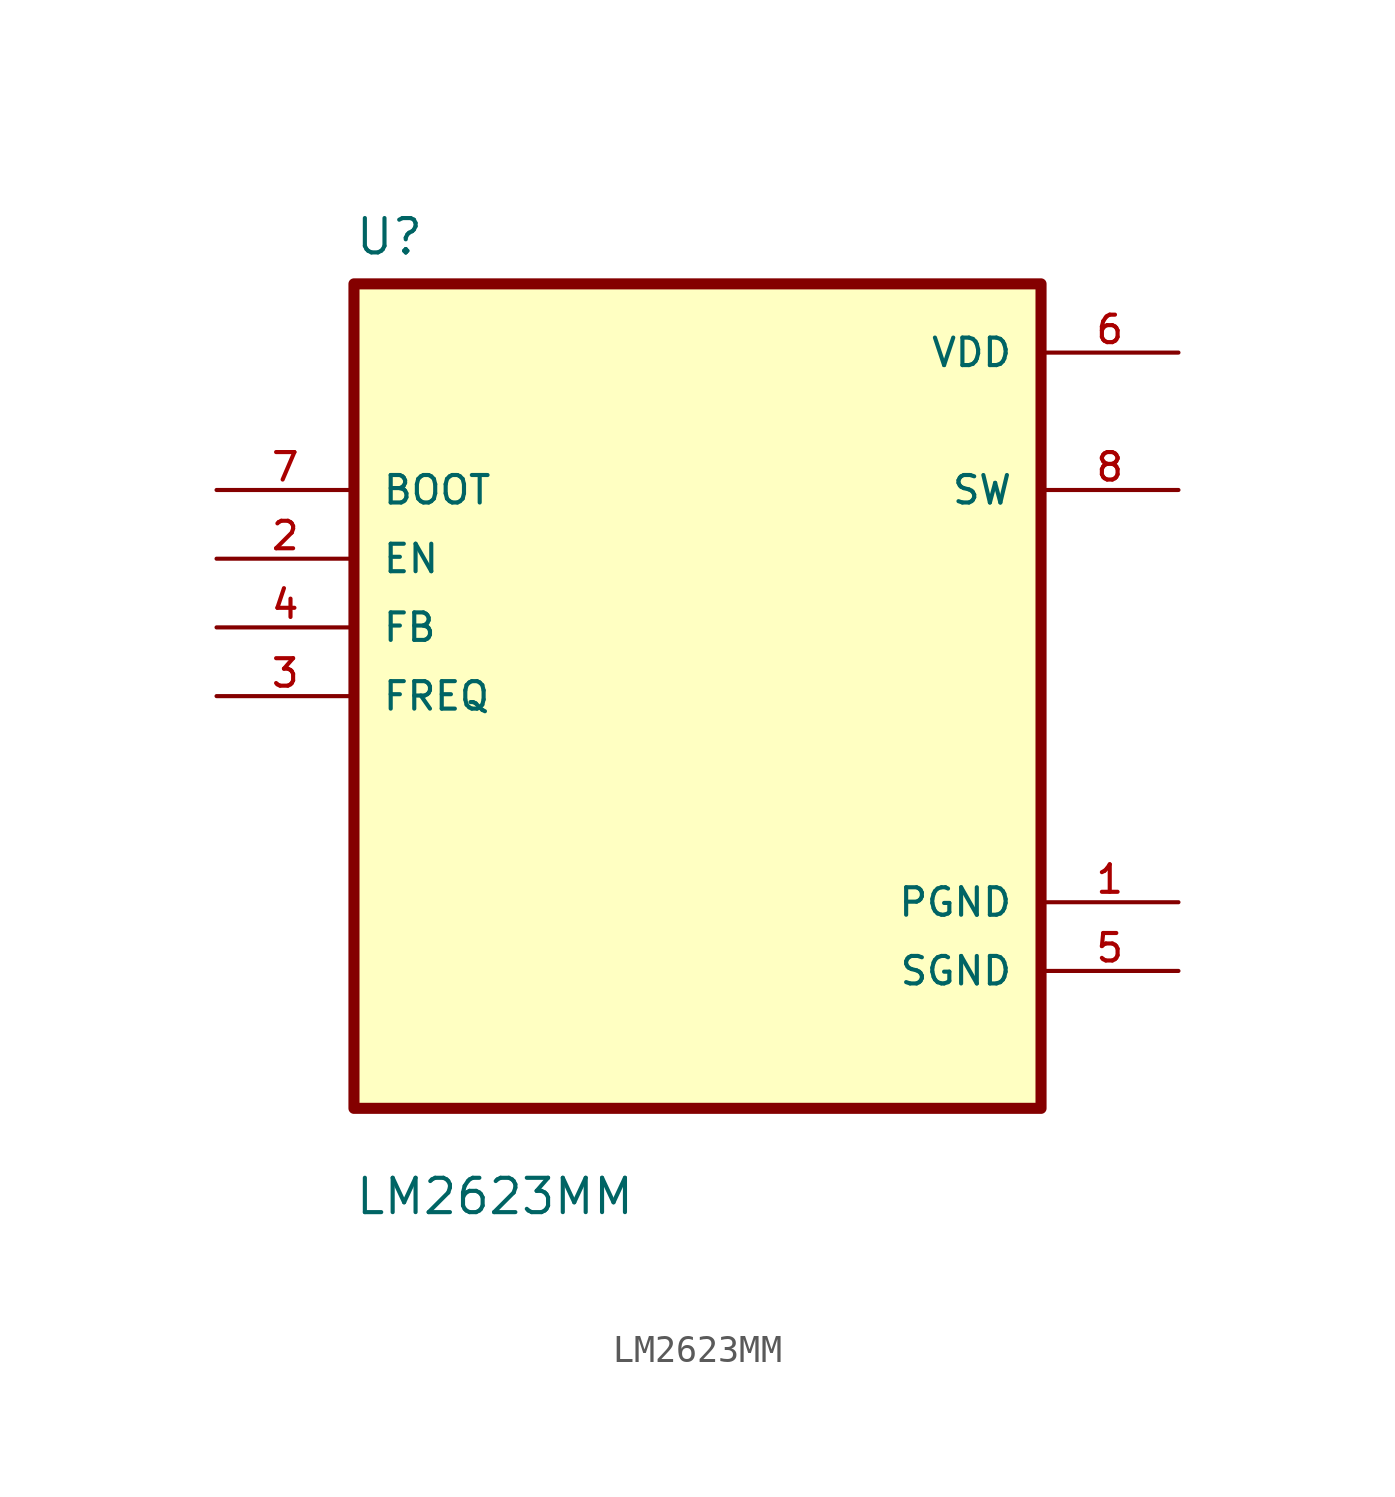
<source format=kicad_sym>
(kicad_symbol_lib
  (version 20211014)
  (generator kicad_symbol_editor)
  (symbol "LM2623MM"
    (pin_names
      (offset 1.016))
    (property "Reference" "U"
      (at -12.7 16.24 0.0)
      (effects (font (size 1.27 1.27)) (justify bottom left)))
    (property "Value" "LM2623MM"
      (at -12.7 -19.24 0.0)
      (effects (font (size 1.27 1.27)) (justify bottom left)))
    (symbol "LM2623MM_0_0"
      (rectangle (start -12.7 -15.24) (end 12.7 15.24) (stroke (width 0.41)) (fill (type background)))
      (pin input line (at -17.78 7.62 0) (length 5.08) (name "BOOT" (effects (font (size 1.016 1.016)))) (number "7" (effects (font (size 1.016 1.016)))))
      (pin input line (at -17.78 5.08 0) (length 5.08) (name "EN" (effects (font (size 1.016 1.016)))) (number "2" (effects (font (size 1.016 1.016)))))
      (pin input line (at -17.78 2.54 0) (length 5.08) (name "FB" (effects (font (size 1.016 1.016)))) (number "4" (effects (font (size 1.016 1.016)))))
      (pin input line (at -17.78 0.0 0) (length 5.08) (name "FREQ" (effects (font (size 1.016 1.016)))) (number "3" (effects (font (size 1.016 1.016)))))
      (pin power_in line (at 17.78 12.7 180.0) (length 5.08) (name "VDD" (effects (font (size 1.016 1.016)))) (number "6" (effects (font (size 1.016 1.016)))))
      (pin output line (at 17.78 7.62 180.0) (length 5.08) (name "SW" (effects (font (size 1.016 1.016)))) (number "8" (effects (font (size 1.016 1.016)))))
      (pin power_in line (at 17.78 -7.62 180.0) (length 5.08) (name "PGND" (effects (font (size 1.016 1.016)))) (number "1" (effects (font (size 1.016 1.016)))))
      (pin power_in line (at 17.78 -10.16 180.0) (length 5.08) (name "SGND" (effects (font (size 1.016 1.016)))) (number "5" (effects (font (size 1.016 1.016))))))))
</source>
